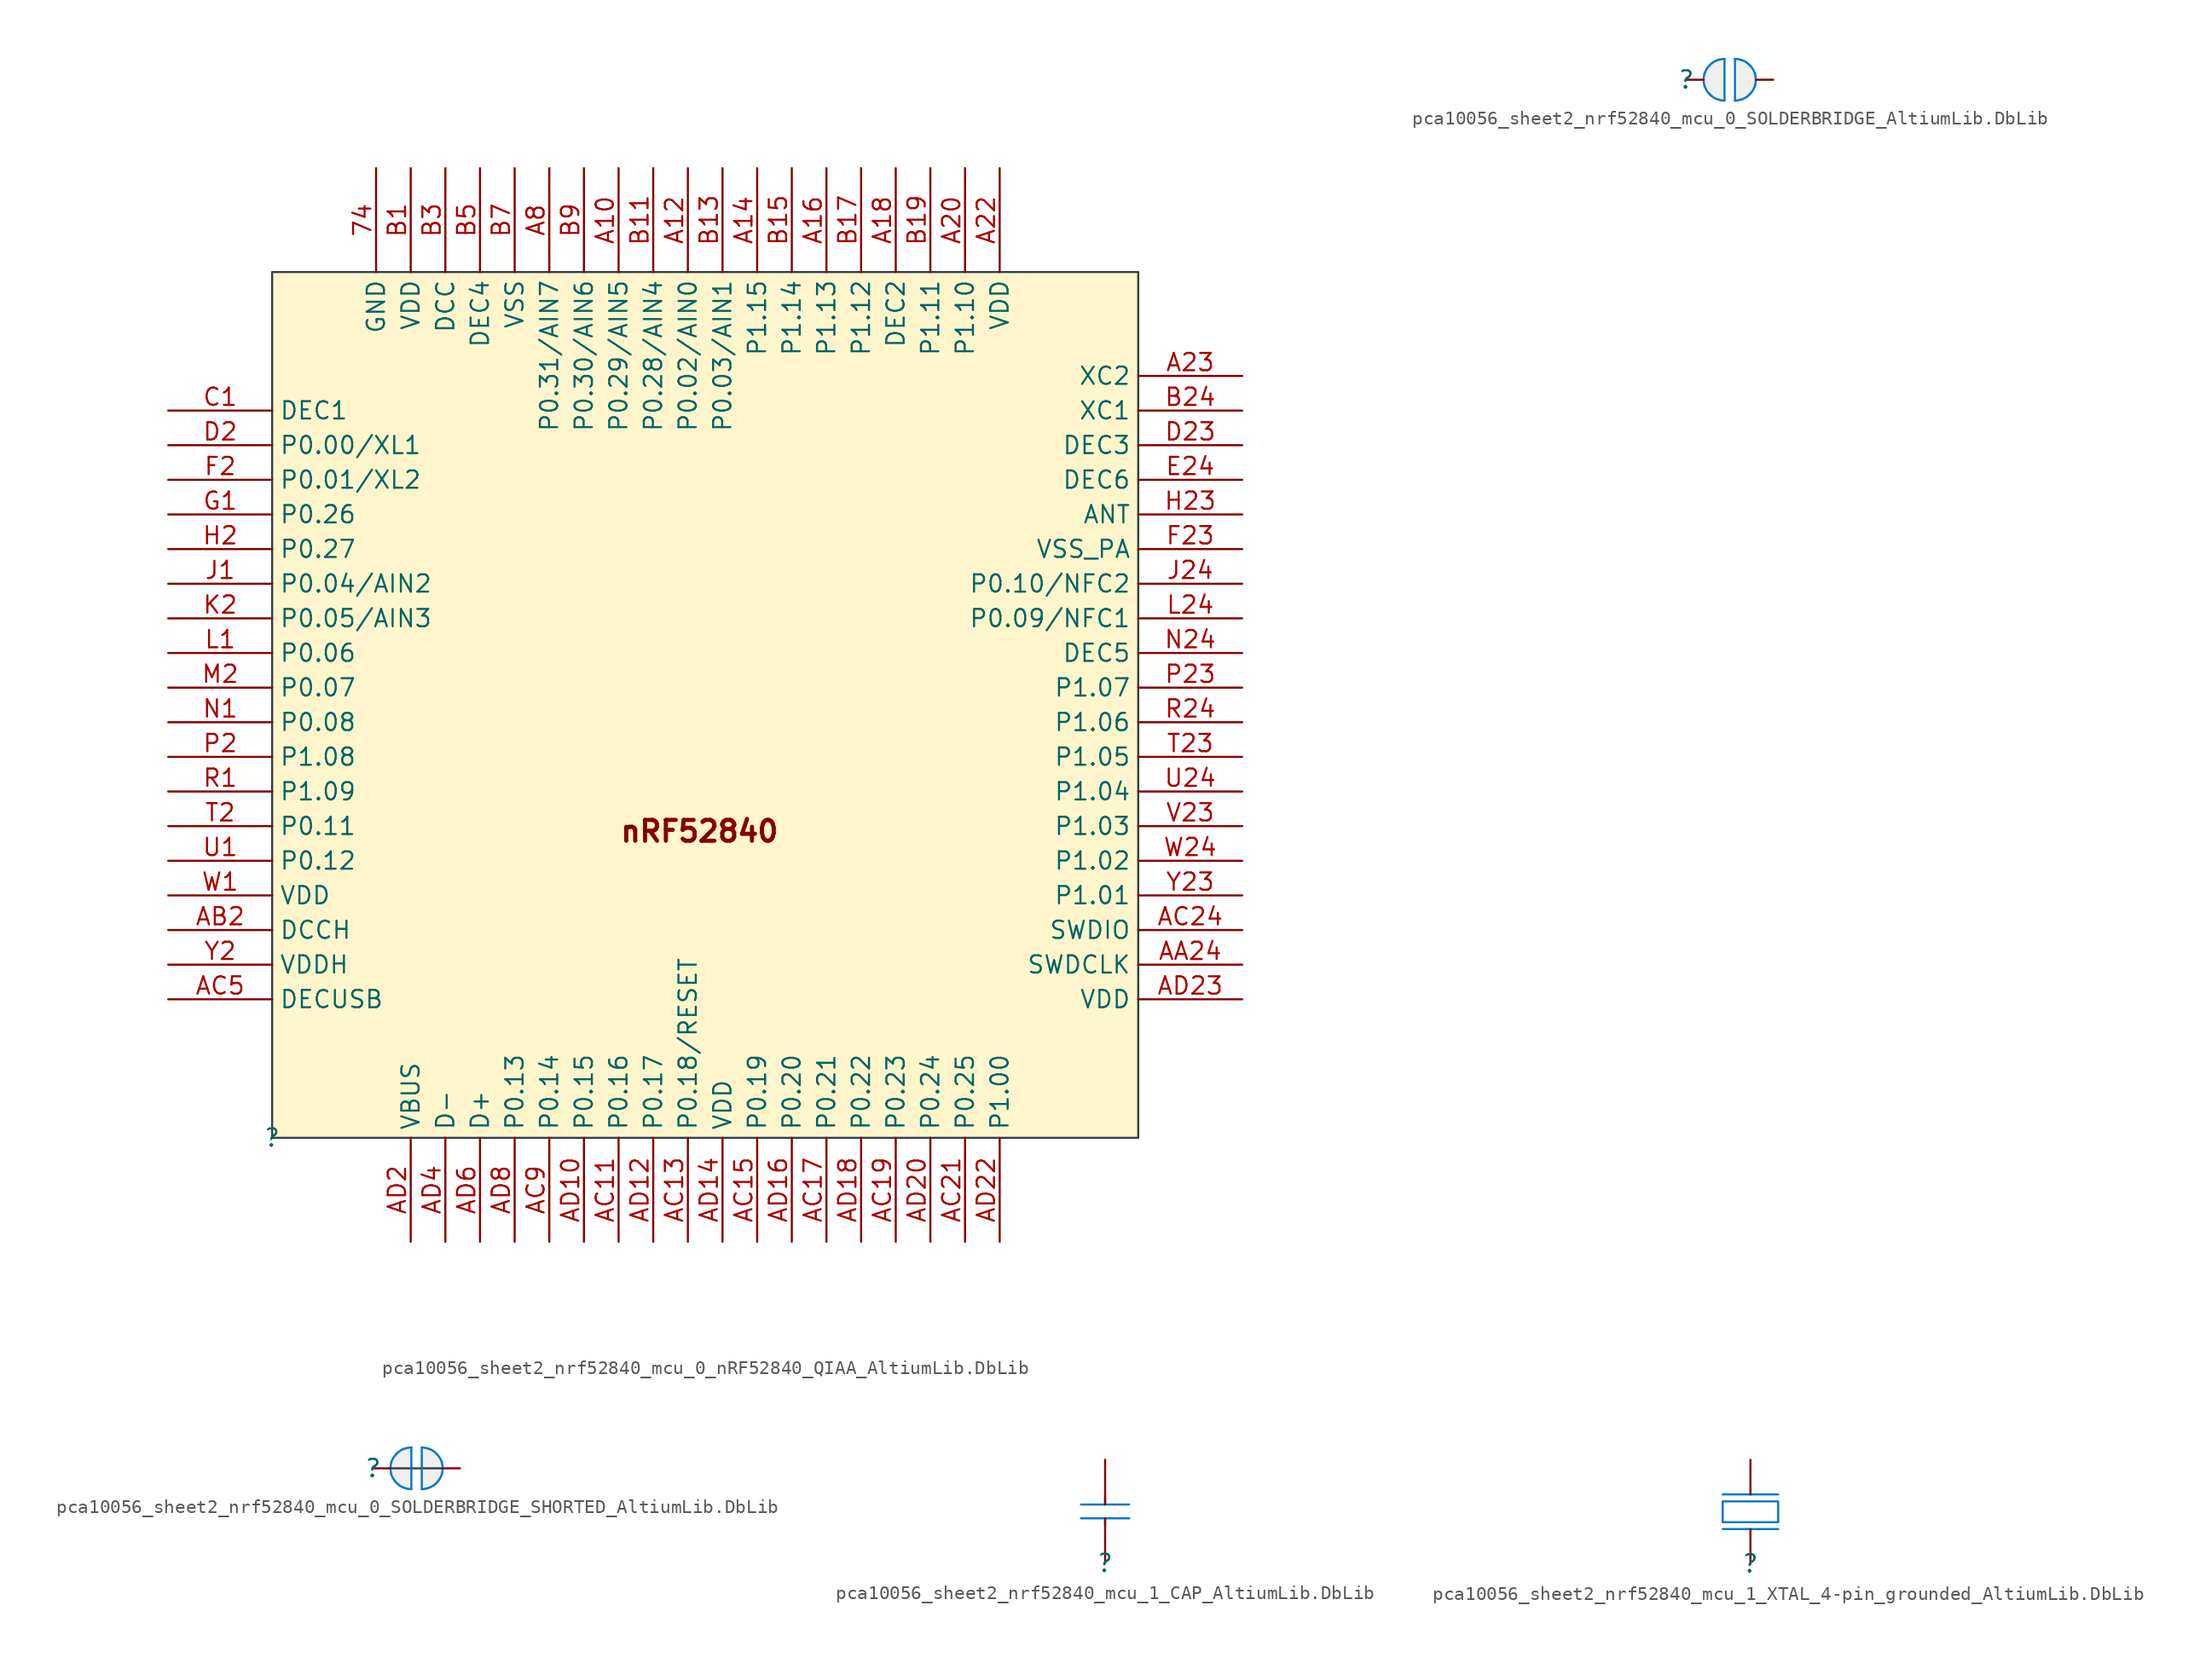
<source format=kicad_sym>
(kicad_symbol_lib
  (version 20241209)
  (generator "kicad_symbol_editor")
  (generator_version "9.0")
  (symbol "pca10056_sheet2_nrf52840_mcu_0_nRF52840_QIAA_AltiumLib.DbLib"
    (property "Reference" ""
      (at 0 0 0)
      (effects (font (size 1.27 1.27))))
    (property "Value" ""
      (at 0 0 0)
      (effects (font (size 1.27 1.27))))
    (symbol "pca10056_sheet2_nrf52840_mcu_0_nRF52840_QIAA_AltiumLib.DbLib_1_0"
      (rectangle (start 63.5 63.5) (end 0 0) (stroke (width 0) (type solid) (color 51 63 72 1)) (fill (type color) (color 255 245 204 1)))
      (text "nRF52840" (at 25.4 21.59 0) (effects (font (size 1.524 1.524) (thickness 0.305) (bold yes)) (justify left bottom)))
      (pin power_in line (at -7.62 53.34 0) (length 7.62) (name "DEC1" (effects (font (size 1.27 1.27)))) (number "C1" (effects (font (size 1.27 1.27)))))
      (pin bidirectional line (at -7.62 50.8 0) (length 7.62) (name "P0.00/XL1" (effects (font (size 1.27 1.27)))) (number "D2" (effects (font (size 1.27 1.27)))))
      (pin bidirectional line (at -7.62 48.26 0) (length 7.62) (name "P0.01/XL2" (effects (font (size 1.27 1.27)))) (number "F2" (effects (font (size 1.27 1.27)))))
      (pin bidirectional line (at -7.62 45.72 0) (length 7.62) (name "P0.26" (effects (font (size 1.27 1.27)))) (number "G1" (effects (font (size 1.27 1.27)))))
      (pin bidirectional line (at -7.62 43.18 0) (length 7.62) (name "P0.27" (effects (font (size 1.27 1.27)))) (number "H2" (effects (font (size 1.27 1.27)))))
      (pin bidirectional line (at -7.62 40.64 0) (length 7.62) (name "P0.04/AIN2" (effects (font (size 1.27 1.27)))) (number "J1" (effects (font (size 1.27 1.27)))))
      (pin bidirectional line (at -7.62 38.1 0) (length 7.62) (name "P0.05/AIN3" (effects (font (size 1.27 1.27)))) (number "K2" (effects (font (size 1.27 1.27)))))
      (pin bidirectional line (at -7.62 35.56 0) (length 7.62) (name "P0.06" (effects (font (size 1.27 1.27)))) (number "L1" (effects (font (size 1.27 1.27)))))
      (pin bidirectional line (at -7.62 33.02 0) (length 7.62) (name "P0.07" (effects (font (size 1.27 1.27)))) (number "M2" (effects (font (size 1.27 1.27)))))
      (pin bidirectional line (at -7.62 30.48 0) (length 7.62) (name "P0.08" (effects (font (size 1.27 1.27)))) (number "N1" (effects (font (size 1.27 1.27)))))
      (pin bidirectional line (at -7.62 27.94 0) (length 7.62) (name "P1.08" (effects (font (size 1.27 1.27)))) (number "P2" (effects (font (size 1.27 1.27)))))
      (pin bidirectional line (at -7.62 25.4 0) (length 7.62) (name "P1.09" (effects (font (size 1.27 1.27)))) (number "R1" (effects (font (size 1.27 1.27)))))
      (pin bidirectional line (at -7.62 22.86 0) (length 7.62) (name "P0.11" (effects (font (size 1.27 1.27)))) (number "T2" (effects (font (size 1.27 1.27)))))
      (pin bidirectional line (at -7.62 20.32 0) (length 7.62) (name "P0.12" (effects (font (size 1.27 1.27)))) (number "U1" (effects (font (size 1.27 1.27)))))
      (pin power_in line (at -7.62 17.78 0) (length 7.62) (name "VDD" (effects (font (size 1.27 1.27)))) (number "W1" (effects (font (size 1.27 1.27)))))
      (pin power_in line (at -7.62 15.24 0) (length 7.62) (name "DCCH" (effects (font (size 1.27 1.27)))) (number "AB2" (effects (font (size 1.27 1.27)))))
      (pin power_in line (at -7.62 12.7 0) (length 7.62) (name "VDDH" (effects (font (size 1.27 1.27)))) (number "Y2" (effects (font (size 1.27 1.27)))))
      (pin power_in line (at -7.62 10.16 0) (length 7.62) (name "DECUSB" (effects (font (size 1.27 1.27)))) (number "AC5" (effects (font (size 1.27 1.27)))))
      (pin power_in line (at 7.62 71.12 270) (length 7.62) (name "GND" (effects (font (size 1.27 1.27)))) (number "74" (effects (font (size 1.27 1.27)))))
      (pin power_in line (at 10.16 71.12 270) (length 7.62) (name "VDD" (effects (font (size 1.27 1.27)))) (number "B1" (effects (font (size 1.27 1.27)))))
      (pin power_in line (at 10.16 -7.62 90) (length 7.62) (name "VBUS" (effects (font (size 1.27 1.27)))) (number "AD2" (effects (font (size 1.27 1.27)))))
      (pin output line (at 12.7 71.12 270) (length 7.62) (name "DCC" (effects (font (size 1.27 1.27)))) (number "B3" (effects (font (size 1.27 1.27)))))
      (pin bidirectional line (at 12.7 -7.62 90) (length 7.62) (name "D-" (effects (font (size 1.27 1.27)))) (number "AD4" (effects (font (size 1.27 1.27)))))
      (pin power_in line (at 15.24 71.12 270) (length 7.62) (name "DEC4" (effects (font (size 1.27 1.27)))) (number "B5" (effects (font (size 1.27 1.27)))))
      (pin bidirectional line (at 15.24 -7.62 90) (length 7.62) (name "D+" (effects (font (size 1.27 1.27)))) (number "AD6" (effects (font (size 1.27 1.27)))))
      (pin power_in line (at 17.78 71.12 270) (length 7.62) (name "VSS" (effects (font (size 1.27 1.27)))) (number "B7" (effects (font (size 1.27 1.27)))))
      (pin bidirectional line (at 17.78 -7.62 90) (length 7.62) (name "P0.13" (effects (font (size 1.27 1.27)))) (number "AD8" (effects (font (size 1.27 1.27)))))
      (pin bidirectional line (at 20.32 71.12 270) (length 7.62) (name "P0.31/AIN7" (effects (font (size 1.27 1.27)))) (number "A8" (effects (font (size 1.27 1.27)))))
      (pin bidirectional line (at 20.32 -7.62 90) (length 7.62) (name "P0.14" (effects (font (size 1.27 1.27)))) (number "AC9" (effects (font (size 1.27 1.27)))))
      (pin bidirectional line (at 22.86 71.12 270) (length 7.62) (name "P0.30/AIN6" (effects (font (size 1.27 1.27)))) (number "B9" (effects (font (size 1.27 1.27)))))
      (pin bidirectional line (at 22.86 -7.62 90) (length 7.62) (name "P0.15" (effects (font (size 1.27 1.27)))) (number "AD10" (effects (font (size 1.27 1.27)))))
      (pin bidirectional line (at 25.4 71.12 270) (length 7.62) (name "P0.29/AIN5" (effects (font (size 1.27 1.27)))) (number "A10" (effects (font (size 1.27 1.27)))))
      (pin bidirectional line (at 25.4 -7.62 90) (length 7.62) (name "P0.16" (effects (font (size 1.27 1.27)))) (number "AC11" (effects (font (size 1.27 1.27)))))
      (pin bidirectional line (at 27.94 71.12 270) (length 7.62) (name "P0.28/AIN4" (effects (font (size 1.27 1.27)))) (number "B11" (effects (font (size 1.27 1.27)))))
      (pin bidirectional line (at 27.94 -7.62 90) (length 7.62) (name "P0.17" (effects (font (size 1.27 1.27)))) (number "AD12" (effects (font (size 1.27 1.27)))))
      (pin bidirectional line (at 30.48 71.12 270) (length 7.62) (name "P0.02/AIN0" (effects (font (size 1.27 1.27)))) (number "A12" (effects (font (size 1.27 1.27)))))
      (pin bidirectional line (at 30.48 -7.62 90) (length 7.62) (name "P0.18/RESET" (effects (font (size 1.27 1.27)))) (number "AC13" (effects (font (size 1.27 1.27)))))
      (pin bidirectional line (at 33.02 71.12 270) (length 7.62) (name "P0.03/AIN1" (effects (font (size 1.27 1.27)))) (number "B13" (effects (font (size 1.27 1.27)))))
      (pin power_in line (at 33.02 -7.62 90) (length 7.62) (name "VDD" (effects (font (size 1.27 1.27)))) (number "AD14" (effects (font (size 1.27 1.27)))))
      (pin bidirectional line (at 35.56 71.12 270) (length 7.62) (name "P1.15" (effects (font (size 1.27 1.27)))) (number "A14" (effects (font (size 1.27 1.27)))))
      (pin bidirectional line (at 35.56 -7.62 90) (length 7.62) (name "P0.19" (effects (font (size 1.27 1.27)))) (number "AC15" (effects (font (size 1.27 1.27)))))
      (pin bidirectional line (at 38.1 71.12 270) (length 7.62) (name "P1.14" (effects (font (size 1.27 1.27)))) (number "B15" (effects (font (size 1.27 1.27)))))
      (pin bidirectional line (at 38.1 -7.62 90) (length 7.62) (name "P0.20" (effects (font (size 1.27 1.27)))) (number "AD16" (effects (font (size 1.27 1.27)))))
      (pin bidirectional line (at 40.64 71.12 270) (length 7.62) (name "P1.13" (effects (font (size 1.27 1.27)))) (number "A16" (effects (font (size 1.27 1.27)))))
      (pin bidirectional line (at 40.64 -7.62 90) (length 7.62) (name "P0.21" (effects (font (size 1.27 1.27)))) (number "AC17" (effects (font (size 1.27 1.27)))))
      (pin bidirectional line (at 43.18 71.12 270) (length 7.62) (name "P1.12" (effects (font (size 1.27 1.27)))) (number "B17" (effects (font (size 1.27 1.27)))))
      (pin bidirectional line (at 43.18 -7.62 90) (length 7.62) (name "P0.22" (effects (font (size 1.27 1.27)))) (number "AD18" (effects (font (size 1.27 1.27)))))
      (pin power_in line (at 45.72 71.12 270) (length 7.62) (name "DEC2" (effects (font (size 1.27 1.27)))) (number "A18" (effects (font (size 1.27 1.27)))))
      (pin bidirectional line (at 45.72 -7.62 90) (length 7.62) (name "P0.23" (effects (font (size 1.27 1.27)))) (number "AC19" (effects (font (size 1.27 1.27)))))
      (pin bidirectional line (at 48.26 71.12 270) (length 7.62) (name "P1.11" (effects (font (size 1.27 1.27)))) (number "B19" (effects (font (size 1.27 1.27)))))
      (pin bidirectional line (at 48.26 -7.62 90) (length 7.62) (name "P0.24" (effects (font (size 1.27 1.27)))) (number "AD20" (effects (font (size 1.27 1.27)))))
      (pin bidirectional line (at 50.8 71.12 270) (length 7.62) (name "P1.10" (effects (font (size 1.27 1.27)))) (number "A20" (effects (font (size 1.27 1.27)))))
      (pin bidirectional line (at 50.8 -7.62 90) (length 7.62) (name "P0.25" (effects (font (size 1.27 1.27)))) (number "AC21" (effects (font (size 1.27 1.27)))))
      (pin power_in line (at 53.34 71.12 270) (length 7.62) (name "VDD" (effects (font (size 1.27 1.27)))) (number "A22" (effects (font (size 1.27 1.27)))))
      (pin bidirectional line (at 53.34 -7.62 90) (length 7.62) (name "P1.00" (effects (font (size 1.27 1.27)))) (number "AD22" (effects (font (size 1.27 1.27)))))
      (pin output line (at 71.12 55.88 180) (length 7.62) (name "XC2" (effects (font (size 1.27 1.27)))) (number "A23" (effects (font (size 1.27 1.27)))))
      (pin input line (at 71.12 53.34 180) (length 7.62) (name "XC1" (effects (font (size 1.27 1.27)))) (number "B24" (effects (font (size 1.27 1.27)))))
      (pin power_in line (at 71.12 50.8 180) (length 7.62) (name "DEC3" (effects (font (size 1.27 1.27)))) (number "D23" (effects (font (size 1.27 1.27)))))
      (pin power_in line (at 71.12 48.26 180) (length 7.62) (name "DEC6" (effects (font (size 1.27 1.27)))) (number "E24" (effects (font (size 1.27 1.27)))))
      (pin bidirectional line (at 71.12 45.72 180) (length 7.62) (name "ANT" (effects (font (size 1.27 1.27)))) (number "H23" (effects (font (size 1.27 1.27)))))
      (pin power_in line (at 71.12 43.18 180) (length 7.62) (name "VSS_PA" (effects (font (size 1.27 1.27)))) (number "F23" (effects (font (size 1.27 1.27)))))
      (pin bidirectional line (at 71.12 40.64 180) (length 7.62) (name "P0.10/NFC2" (effects (font (size 1.27 1.27)))) (number "J24" (effects (font (size 1.27 1.27)))))
      (pin bidirectional line (at 71.12 38.1 180) (length 7.62) (name "P0.09/NFC1" (effects (font (size 1.27 1.27)))) (number "L24" (effects (font (size 1.27 1.27)))))
      (pin power_in line (at 71.12 35.56 180) (length 7.62) (name "DEC5" (effects (font (size 1.27 1.27)))) (number "N24" (effects (font (size 1.27 1.27)))))
      (pin bidirectional line (at 71.12 33.02 180) (length 7.62) (name "P1.07" (effects (font (size 1.27 1.27)))) (number "P23" (effects (font (size 1.27 1.27)))))
      (pin bidirectional line (at 71.12 30.48 180) (length 7.62) (name "P1.06" (effects (font (size 1.27 1.27)))) (number "R24" (effects (font (size 1.27 1.27)))))
      (pin bidirectional line (at 71.12 27.94 180) (length 7.62) (name "P1.05" (effects (font (size 1.27 1.27)))) (number "T23" (effects (font (size 1.27 1.27)))))
      (pin bidirectional line (at 71.12 25.4 180) (length 7.62) (name "P1.04" (effects (font (size 1.27 1.27)))) (number "U24" (effects (font (size 1.27 1.27)))))
      (pin bidirectional line (at 71.12 22.86 180) (length 7.62) (name "P1.03" (effects (font (size 1.27 1.27)))) (number "V23" (effects (font (size 1.27 1.27)))))
      (pin bidirectional line (at 71.12 20.32 180) (length 7.62) (name "P1.02" (effects (font (size 1.27 1.27)))) (number "W24" (effects (font (size 1.27 1.27)))))
      (pin bidirectional line (at 71.12 17.78 180) (length 7.62) (name "P1.01" (effects (font (size 1.27 1.27)))) (number "Y23" (effects (font (size 1.27 1.27)))))
      (pin bidirectional line (at 71.12 15.24 180) (length 7.62) (name "SWDIO" (effects (font (size 1.27 1.27)))) (number "AC24" (effects (font (size 1.27 1.27)))))
      (pin input line (at 71.12 12.7 180) (length 7.62) (name "SWDCLK" (effects (font (size 1.27 1.27)))) (number "AA24" (effects (font (size 1.27 1.27)))))
      (pin power_in line (at 71.12 10.16 180) (length 7.62) (name "VDD" (effects (font (size 1.27 1.27)))) (number "AD23" (effects (font (size 1.27 1.27)))))))
  (symbol "pca10056_sheet2_nrf52840_mcu_0_SOLDERBRIDGE_AltiumLib.DbLib"
    (pin_numbers
      (hide yes))
    (pin_names
      (hide yes))
    (property "Reference" ""
      (at 0 0 0)
      (effects (font (size 1.27 1.27))))
    (property "Value" ""
      (at 0 0 0)
      (effects (font (size 1.27 1.27))))
    (symbol "pca10056_sheet2_nrf52840_mcu_0_SOLDERBRIDGE_AltiumLib.DbLib_1_0"
      (arc (start 2.794 -1.524) (mid 1.27 0) (end 2.794 1.524) (stroke (width 0) (type solid) (color 0 119 200 1)) (fill (type none)))
      (polyline (pts (xy 2.794 -1.524) (xy 2.794 1.524)) (stroke (width 0) (type solid) (color 0 119 200 1)) (fill (type none)))
      (polyline (pts (xy 2.794 -1.524) (xy 2.032 -1.27) (xy 1.27 -0.508) (xy 1.27 0.508) (xy 2.032 1.27) (xy 2.794 1.524) (xy 2.794 -1.524)) (stroke (width 0.025) (type solid) (color 0 119 200 1)) (fill (type color) (color 239 239 239 1)))
      (polyline (pts (xy 3.556 1.524) (xy 3.556 -1.524)) (stroke (width 0) (type solid) (color 0 119 200 1)) (fill (type none)))
      (polyline (pts (xy 3.556 1.524) (xy 4.318 1.27) (xy 5.08 0.508) (xy 5.08 -0.508) (xy 4.318 -1.27) (xy 3.556 -1.524) (xy 3.556 1.524)) (stroke (width 0.025) (type solid) (color 0 119 200 1)) (fill (type color) (color 239 239 239 1)))
      (arc (start 3.556 1.524) (mid 5.08 0) (end 3.556 -1.524) (stroke (width 0) (type solid) (color 0 119 200 1)) (fill (type none)))
      (pin passive line (at 0 0 0) (length 1.27) (name "1" (effects (font (size 1.27 1.27)))) (number "2" (effects (font (size 1.27 1.27)))))
      (pin passive line (at 6.35 0 180) (length 1.27) (name "0" (effects (font (size 1.27 1.27)))) (number "1" (effects (font (size 1.27 1.27)))))))
  (symbol "pca10056_sheet2_nrf52840_mcu_0_SOLDERBRIDGE_SHORTED_AltiumLib.DbLib"
    (pin_numbers
      (hide yes))
    (pin_names
      (hide yes))
    (property "Reference" ""
      (at 0 0 0)
      (effects (font (size 1.27 1.27))))
    (property "Value" ""
      (at 0 0 0)
      (effects (font (size 1.27 1.27))))
    (symbol "pca10056_sheet2_nrf52840_mcu_0_SOLDERBRIDGE_SHORTED_AltiumLib.DbLib_1_0"
      (polyline (pts (xy 1.27 0) (xy 5.08 0)) (stroke (width 0) (type solid) (color 51 63 72 1)) (fill (type none)))
      (arc (start 2.794 -1.524) (mid 1.27 0) (end 2.794 1.524) (stroke (width 0) (type solid) (color 0 119 200 1)) (fill (type none)))
      (polyline (pts (xy 2.794 -1.524) (xy 2.794 1.524)) (stroke (width 0) (type solid) (color 0 119 200 1)) (fill (type none)))
      (polyline (pts (xy 2.794 -1.524) (xy 2.032 -1.27) (xy 1.27 -0.508) (xy 1.27 0.508) (xy 2.032 1.27) (xy 2.794 1.524) (xy 2.794 -1.524)) (stroke (width 0.025) (type solid) (color 0 119 200 1)) (fill (type color) (color 239 239 239 1)))
      (polyline (pts (xy 3.556 1.524) (xy 3.556 -1.524)) (stroke (width 0) (type solid) (color 0 119 200 1)) (fill (type none)))
      (polyline (pts (xy 3.556 1.524) (xy 4.318 1.27) (xy 5.08 0.508) (xy 5.08 -0.508) (xy 4.318 -1.27) (xy 3.556 -1.524) (xy 3.556 1.524)) (stroke (width 0.025) (type solid) (color 0 119 200 1)) (fill (type color) (color 239 239 239 1)))
      (arc (start 3.556 1.524) (mid 5.08 0) (end 3.556 -1.524) (stroke (width 0) (type solid) (color 0 119 200 1)) (fill (type none)))
      (pin passive line (at 0 0 0) (length 1.27) (name "1" (effects (font (size 1.27 1.27)))) (number "2" (effects (font (size 1.27 1.27)))))
      (pin passive line (at 6.35 0 180) (length 1.27) (name "0" (effects (font (size 1.27 1.27)))) (number "1" (effects (font (size 1.27 1.27)))))))
  (symbol "pca10056_sheet2_nrf52840_mcu_1_CAP_AltiumLib.DbLib"
    (pin_numbers
      (hide yes))
    (pin_names
      (hide yes))
    (property "Reference" ""
      (at 0 0 0)
      (effects (font (size 1.27 1.27))))
    (property "Value" ""
      (at 0 0 0)
      (effects (font (size 1.27 1.27))))
    (symbol "pca10056_sheet2_nrf52840_mcu_1_CAP_AltiumLib.DbLib_1_0"
      (polyline (pts (xy 0 4.318) (xy 0 4.826)) (stroke (width 0) (type solid) (color 0 119 200 1)) (fill (type none)))
      (polyline (pts (xy 0 3.302) (xy 0 2.794)) (stroke (width 0) (type solid) (color 0 119 200 1)) (fill (type none)))
      (polyline (pts (xy 1.778 4.318) (xy -1.778 4.318)) (stroke (width 0) (type solid) (color 0 119 200 1)) (fill (type none)))
      (polyline (pts (xy 1.778 3.302) (xy -1.778 3.302)) (stroke (width 0) (type solid) (color 0 119 200 1)) (fill (type none)))
      (pin passive line (at 0 7.62 270) (length 3.302) (name "2" (effects (font (size 1.27 1.27)))) (number "2" (effects (font (size 1.27 1.27)))))
      (pin passive line (at 0 0 90) (length 3.302) (name "1" (effects (font (size 1.27 1.27)))) (number "1" (effects (font (size 1.27 1.27)))))))
  (symbol "pca10056_sheet2_nrf52840_mcu_1_XTAL_4-pin_grounded_AltiumLib.DbLib"
    (pin_numbers
      (hide yes))
    (pin_names
      (hide yes))
    (property "Reference" ""
      (at 0 0 0)
      (effects (font (size 1.27 1.27))))
    (property "Value" ""
      (at 0 0 0)
      (effects (font (size 1.27 1.27))))
    (symbol "pca10056_sheet2_nrf52840_mcu_1_XTAL_4-pin_grounded_AltiumLib.DbLib_1_0"
      (polyline (pts (xy -2.032 5.08) (xy 2.032 5.08)) (stroke (width 0) (type solid) (color 0 119 200 1)) (fill (type none)))
      (polyline (pts (xy -2.032 2.54) (xy 2.032 2.54)) (stroke (width 0) (type solid) (color 0 119 200 1)) (fill (type none)))
      (polyline (pts (xy 2.032 4.572) (xy -2.032 4.572) (xy -2.032 3.048) (xy 2.032 3.048) (xy 2.032 4.572)) (stroke (width 0) (type solid) (color 0 119 200 1)) (fill (type none)))
      (pin passive line (at 0 7.62 270) (length 2.54) (name "out" (effects (font (size 1.27 1.27)))) (number "3" (effects (font (size 1.27 1.27)))))
      (pin passive line (at 0 0 90) (length 2.54) (name "inp" (effects (font (size 1.27 1.27)))) (number "1" (effects (font (size 1.27 1.27)))))
      (pin passive line (at 7.112 7.366 180) (length 2.54) (hide yes) (name "GND" (effects (font (size 1.27 1.27)))) (number "4" (effects (font (size 1.27 1.27)))))
      (pin passive line (at 7.112 5.08 180) (length 2.54) (hide yes) (name "GND" (effects (font (size 1.27 1.27)))) (number "2" (effects (font (size 1.27 1.27))))))))
</source>
